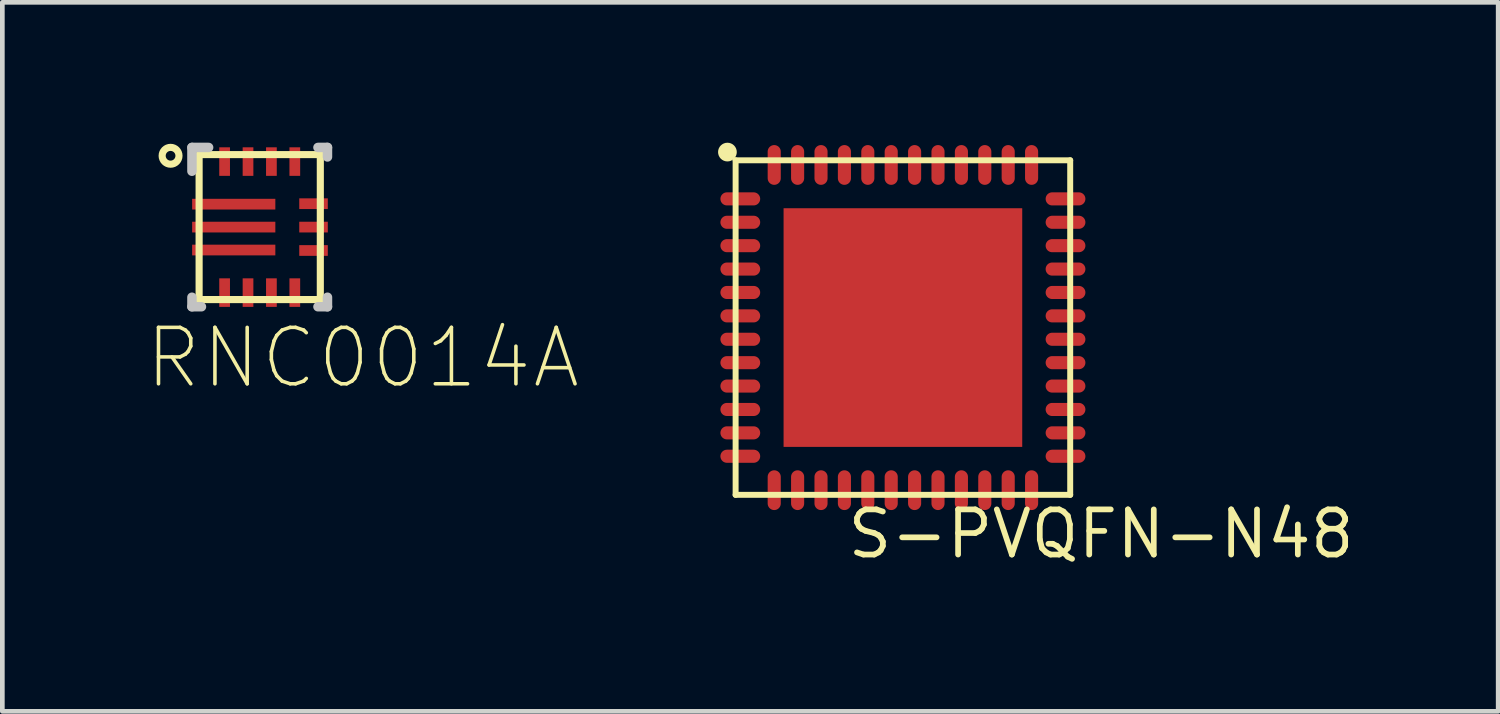
<source format=kicad_pcb>
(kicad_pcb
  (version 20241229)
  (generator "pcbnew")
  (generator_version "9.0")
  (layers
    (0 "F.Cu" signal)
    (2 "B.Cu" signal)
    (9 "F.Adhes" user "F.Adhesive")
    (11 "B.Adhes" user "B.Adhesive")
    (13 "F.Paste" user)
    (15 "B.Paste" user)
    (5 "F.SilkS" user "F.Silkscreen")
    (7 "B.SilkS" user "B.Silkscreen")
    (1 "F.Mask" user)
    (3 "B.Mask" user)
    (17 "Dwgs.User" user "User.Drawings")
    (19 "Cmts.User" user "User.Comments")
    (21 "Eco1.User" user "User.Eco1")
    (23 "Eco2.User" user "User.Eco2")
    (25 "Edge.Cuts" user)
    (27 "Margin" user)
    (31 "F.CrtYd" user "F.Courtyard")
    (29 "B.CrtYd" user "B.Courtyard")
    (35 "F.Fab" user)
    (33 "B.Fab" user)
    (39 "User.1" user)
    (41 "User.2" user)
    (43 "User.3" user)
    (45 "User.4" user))
  (footprint "S-PVQFN-N48"
    (layer "F.Cu")
    (at 16.245 3.95)
    (property "Reference" "S-PVQFN-N48" (at 4.235 4.975 0) (layer "F.SilkS") (effects (font (size 0.965 0.965) (thickness 0.122)) (justify bottom)))
    (attr through_hole)
    (fp_line (start -3.575 -3.575) (end 3.575 -3.575) (stroke (width 0.127) (type solid)) (layer "F.SilkS"))
    (fp_line (start -3.575 3.575) (end -3.575 -3.575) (stroke (width 0.127) (type solid)) (layer "F.SilkS"))
    (fp_line (start 3.575 -3.575) (end 3.575 3.575) (stroke (width 0.127) (type solid)) (layer "F.SilkS"))
    (fp_line (start 3.575 3.575) (end -3.575 3.575) (stroke (width 0.127) (type solid)) (layer "F.SilkS"))
    (fp_circle (center -3.75 -3.75) (end -3.65 -3.75) (stroke (width 0.2) (type solid)) (fill no) (layer "F.SilkS"))
    (fp_poly (pts (xy -2.025 -0.875) (xy -0.875 -0.875) (xy -0.875 -2.025) (xy -2.025 -2.025)) (stroke (width 0) (type solid)) (fill yes) (layer "F.Paste"))
    (fp_poly (pts (xy -2.025 0.575) (xy -0.875 0.575) (xy -0.875 -0.575) (xy -2.025 -0.575)) (stroke (width 0) (type solid)) (fill yes) (layer "F.Paste"))
    (fp_poly (pts (xy -2.025 2.025) (xy -0.875 2.025) (xy -0.875 0.875) (xy -2.025 0.875)) (stroke (width 0) (type solid)) (fill yes) (layer "F.Paste"))
    (fp_poly (pts (xy -0.575 -0.875) (xy 0.575 -0.875) (xy 0.575 -2.025) (xy -0.575 -2.025)) (stroke (width 0) (type solid)) (fill yes) (layer "F.Paste"))
    (fp_poly (pts (xy -0.575 0.575) (xy 0.575 0.575) (xy 0.575 -0.575) (xy -0.575 -0.575)) (stroke (width 0) (type solid)) (fill yes) (layer "F.Paste"))
    (fp_poly (pts (xy -0.575 2.025) (xy 0.575 2.025) (xy 0.575 0.875) (xy -0.575 0.875)) (stroke (width 0) (type solid)) (fill yes) (layer "F.Paste"))
    (fp_poly (pts (xy 0.875 -0.875) (xy 2.025 -0.875) (xy 2.025 -2.025) (xy 0.875 -2.025)) (stroke (width 0) (type solid)) (fill yes) (layer "F.Paste"))
    (fp_poly (pts (xy 0.875 0.575) (xy 2.025 0.575) (xy 2.025 -0.575) (xy 0.875 -0.575)) (stroke (width 0) (type solid)) (fill yes) (layer "F.Paste"))
    (fp_poly (pts (xy 0.875 2.025) (xy 2.025 2.025) (xy 2.025 0.875) (xy 0.875 0.875)) (stroke (width 0) (type solid)) (fill yes) (layer "F.Paste"))
    (pad "1" smd oval (at -3.475 -2.75 90) (size 0.28 0.85) (layers "F.Cu" "F.Mask" "F.Paste"))
    (pad "2" smd oval (at -3.475 -2.25 90) (size 0.28 0.85) (layers "F.Cu" "F.Mask" "F.Paste"))
    (pad "3" smd oval (at -3.475 -1.75 90) (size 0.28 0.85) (layers "F.Cu" "F.Mask" "F.Paste"))
    (pad "4" smd oval (at -3.475 -1.25 90) (size 0.28 0.85) (layers "F.Cu" "F.Mask" "F.Paste"))
    (pad "5" smd oval (at -3.475 -0.75 90) (size 0.28 0.85) (layers "F.Cu" "F.Mask" "F.Paste"))
    (pad "6" smd oval (at -3.475 -0.25 90) (size 0.28 0.85) (layers "F.Cu" "F.Mask" "F.Paste"))
    (pad "7" smd oval (at -3.475 0.25 90) (size 0.28 0.85) (layers "F.Cu" "F.Mask" "F.Paste"))
    (pad "8" smd oval (at -3.475 0.75 90) (size 0.28 0.85) (layers "F.Cu" "F.Mask" "F.Paste"))
    (pad "9" smd oval (at -3.475 1.25 90) (size 0.28 0.85) (layers "F.Cu" "F.Mask" "F.Paste"))
    (pad "10" smd oval (at -3.475 1.75 90) (size 0.28 0.85) (layers "F.Cu" "F.Mask" "F.Paste"))
    (pad "11" smd oval (at -3.475 2.25 90) (size 0.28 0.85) (layers "F.Cu" "F.Mask" "F.Paste"))
    (pad "12" smd oval (at -3.475 2.75 90) (size 0.28 0.85) (layers "F.Cu" "F.Mask" "F.Paste"))
    (pad "13" smd oval (at -2.75 3.475 90) (size 0.85 0.28) (layers "F.Cu" "F.Mask" "F.Paste"))
    (pad "14" smd oval (at -2.25 3.475 90) (size 0.85 0.28) (layers "F.Cu" "F.Mask" "F.Paste"))
    (pad "15" smd oval (at -1.75 3.475 90) (size 0.85 0.28) (layers "F.Cu" "F.Mask" "F.Paste"))
    (pad "16" smd oval (at -1.25 3.475 90) (size 0.85 0.28) (layers "F.Cu" "F.Mask" "F.Paste"))
    (pad "17" smd oval (at -0.75 3.475 90) (size 0.85 0.28) (layers "F.Cu" "F.Mask" "F.Paste"))
    (pad "18" smd oval (at -0.25 3.475 90) (size 0.85 0.28) (layers "F.Cu" "F.Mask" "F.Paste"))
    (pad "19" smd oval (at 0.25 3.475 90) (size 0.85 0.28) (layers "F.Cu" "F.Mask" "F.Paste"))
    (pad "20" smd oval (at 0.75 3.475 90) (size 0.85 0.28) (layers "F.Cu" "F.Mask" "F.Paste"))
    (pad "21" smd oval (at 1.25 3.475 90) (size 0.85 0.28) (layers "F.Cu" "F.Mask" "F.Paste"))
    (pad "22" smd oval (at 1.75 3.475 90) (size 0.85 0.28) (layers "F.Cu" "F.Mask" "F.Paste"))
    (pad "23" smd oval (at 2.25 3.475 90) (size 0.85 0.28) (layers "F.Cu" "F.Mask" "F.Paste"))
    (pad "24" smd oval (at 2.75 3.475 90) (size 0.85 0.28) (layers "F.Cu" "F.Mask" "F.Paste"))
    (pad "25" smd oval (at 3.475 2.75 90) (size 0.28 0.85) (layers "F.Cu" "F.Mask" "F.Paste"))
    (pad "26" smd oval (at 3.475 2.25 90) (size 0.28 0.85) (layers "F.Cu" "F.Mask" "F.Paste"))
    (pad "27" smd oval (at 3.475 1.75 90) (size 0.28 0.85) (layers "F.Cu" "F.Mask" "F.Paste"))
    (pad "28" smd oval (at 3.475 1.25 90) (size 0.28 0.85) (layers "F.Cu" "F.Mask" "F.Paste"))
    (pad "29" smd oval (at 3.475 0.75 90) (size 0.28 0.85) (layers "F.Cu" "F.Mask" "F.Paste"))
    (pad "30" smd oval (at 3.475 0.25 90) (size 0.28 0.85) (layers "F.Cu" "F.Mask" "F.Paste"))
    (pad "31" smd oval (at 3.475 -0.25 90) (size 0.28 0.85) (layers "F.Cu" "F.Mask" "F.Paste"))
    (pad "32" smd oval (at 3.475 -0.75 90) (size 0.28 0.85) (layers "F.Cu" "F.Mask" "F.Paste"))
    (pad "33" smd oval (at 3.475 -1.25 90) (size 0.28 0.85) (layers "F.Cu" "F.Mask" "F.Paste"))
    (pad "34" smd oval (at 3.475 -1.75 90) (size 0.28 0.85) (layers "F.Cu" "F.Mask" "F.Paste"))
    (pad "35" smd oval (at 3.475 -2.25 90) (size 0.28 0.85) (layers "F.Cu" "F.Mask" "F.Paste"))
    (pad "36" smd oval (at 3.475 -2.75 90) (size 0.28 0.85) (layers "F.Cu" "F.Mask" "F.Paste"))
    (pad "37" smd oval (at 2.75 -3.475 90) (size 0.85 0.28) (layers "F.Cu" "F.Mask" "F.Paste"))
    (pad "38" smd oval (at 2.25 -3.475 90) (size 0.85 0.28) (layers "F.Cu" "F.Mask" "F.Paste"))
    (pad "39" smd oval (at 1.75 -3.475 90) (size 0.85 0.28) (layers "F.Cu" "F.Mask" "F.Paste"))
    (pad "40" smd oval (at 1.25 -3.475 90) (size 0.85 0.28) (layers "F.Cu" "F.Mask" "F.Paste"))
    (pad "41" smd oval (at 0.75 -3.475 90) (size 0.85 0.28) (layers "F.Cu" "F.Mask" "F.Paste"))
    (pad "42" smd oval (at 0.25 -3.475 90) (size 0.85 0.28) (layers "F.Cu" "F.Mask" "F.Paste"))
    (pad "43" smd oval (at -0.25 -3.475 90) (size 0.85 0.28) (layers "F.Cu" "F.Mask" "F.Paste"))
    (pad "44" smd oval (at -0.75 -3.475 90) (size 0.85 0.28) (layers "F.Cu" "F.Mask" "F.Paste"))
    (pad "45" smd oval (at -1.25 -3.475 90) (size 0.85 0.28) (layers "F.Cu" "F.Mask" "F.Paste"))
    (pad "46" smd oval (at -1.75 -3.475 90) (size 0.85 0.28) (layers "F.Cu" "F.Mask" "F.Paste"))
    (pad "47" smd oval (at -2.25 -3.475 90) (size 0.85 0.28) (layers "F.Cu" "F.Mask" "F.Paste"))
    (pad "48" smd oval (at -2.75 -3.475 90) (size 0.85 0.28) (layers "F.Cu" "F.Mask" "F.Paste"))
    (pad "VSS_" smd rect (at 0 0 90) (size 5.1 5.1) (layers "F.Cu" "F.Mask" "F.Paste")))
  (footprint "RNC0014A"
    (layer "F.Cu")
    (at 2.5 1.803)
    (property "Reference" "RNC0014A" (at -2.5 3.5 0) (layer "F.SilkS") (effects (font (size 1.206 1.206) (thickness 0.076)) (justify left bottom)))
    (attr through_hole)
    (fp_line (start -1.295 -1.549) (end 1.295 -1.549) (stroke (width 0.152) (type solid)) (layer "F.SilkS"))
    (fp_line (start -1.295 1.549) (end -1.295 -1.549) (stroke (width 0.152) (type solid)) (layer "F.SilkS"))
    (fp_line (start -1.295 1.549) (end 1.295 1.549) (stroke (width 0.152) (type solid)) (layer "F.SilkS"))
    (fp_line (start 1.295 1.549) (end 1.295 -1.549) (stroke (width 0.152) (type solid)) (layer "F.SilkS"))
    (fp_circle (center -1.905 -1.524) (end -1.725 -1.524) (stroke (width 0.152) (type solid)) (fill no) (layer "F.SilkS"))
    (fp_line (start -1.448 -1.702) (end -1.092 -1.702) (stroke (width 0.203) (type solid)) (layer "Dwgs.User"))
    (fp_line (start -1.448 -1.194) (end -1.448 -1.702) (stroke (width 0.203) (type solid)) (layer "Dwgs.User"))
    (fp_line (start -1.448 1.702) (end -1.448 1.499) (stroke (width 0.203) (type solid)) (layer "Dwgs.User"))
    (fp_line (start -1.448 1.702) (end -1.245 1.702) (stroke (width 0.203) (type solid)) (layer "Dwgs.User"))
    (fp_line (start 1.245 -1.702) (end 1.448 -1.702) (stroke (width 0.203) (type solid)) (layer "Dwgs.User"))
    (fp_line (start 1.245 1.702) (end 1.448 1.702) (stroke (width 0.203) (type solid)) (layer "Dwgs.User"))
    (fp_line (start 1.448 -1.499) (end 1.448 -1.702) (stroke (width 0.203) (type solid)) (layer "Dwgs.User"))
    (fp_line (start 1.448 1.702) (end 1.448 1.499) (stroke (width 0.203) (type solid)) (layer "Dwgs.User"))
    (pad "1" smd rect (at -0.555 -0.49) (size 1.778 0.229) (layers "F.Cu" "F.Mask" "F.Paste"))
    (pad "2" smd rect (at -0.555 0) (size 1.778 0.229) (layers "F.Cu" "F.Mask" "F.Paste"))
    (pad "3" smd rect (at -0.555 0.49) (size 1.778 0.229) (layers "F.Cu" "F.Mask" "F.Paste"))
    (pad "4" smd rect (at -0.75 1.4 90) (size 0.61 0.229) (layers "F.Cu" "F.Mask" "F.Paste"))
    (pad "5" smd rect (at -0.25 1.4 90) (size 0.61 0.229) (layers "F.Cu" "F.Mask" "F.Paste"))
    (pad "6" smd rect (at 0.25 1.4 90) (size 0.61 0.229) (layers "F.Cu" "F.Mask" "F.Paste"))
    (pad "7" smd rect (at 0.75 1.4 90) (size 0.61 0.229) (layers "F.Cu" "F.Mask" "F.Paste"))
    (pad "8" smd rect (at 1.15 0.5 180) (size 0.61 0.229) (layers "F.Cu" "F.Mask" "F.Paste"))
    (pad "9" smd rect (at 1.15 0 180) (size 0.61 0.229) (layers "F.Cu" "F.Mask" "F.Paste"))
    (pad "10" smd rect (at 1.15 -0.5 180) (size 0.61 0.229) (layers "F.Cu" "F.Mask" "F.Paste"))
    (pad "11" smd rect (at 0.75 -1.4 270) (size 0.61 0.229) (layers "F.Cu" "F.Mask" "F.Paste"))
    (pad "12" smd rect (at 0.25 -1.4 270) (size 0.61 0.229) (layers "F.Cu" "F.Mask" "F.Paste"))
    (pad "13" smd rect (at -0.25 -1.4 270) (size 0.61 0.229) (layers "F.Cu" "F.Mask" "F.Paste"))
    (pad "14" smd rect (at -0.75 -1.4 270) (size 0.61 0.229) (layers "F.Cu" "F.Mask" "F.Paste")))
  (gr_rect
    (start -3 -3)
    (end 28.966 12.151)
    (stroke (width 0.1) (type default))
    (fill no)
    (layer "Edge.Cuts")))
</source>
